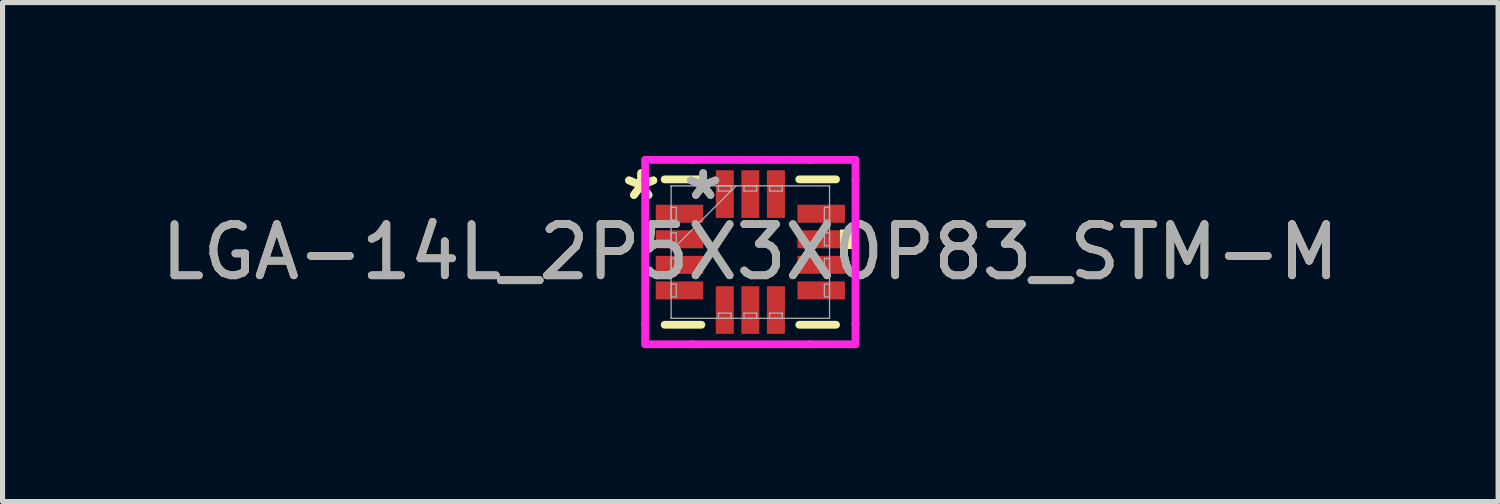
<source format=kicad_pcb>
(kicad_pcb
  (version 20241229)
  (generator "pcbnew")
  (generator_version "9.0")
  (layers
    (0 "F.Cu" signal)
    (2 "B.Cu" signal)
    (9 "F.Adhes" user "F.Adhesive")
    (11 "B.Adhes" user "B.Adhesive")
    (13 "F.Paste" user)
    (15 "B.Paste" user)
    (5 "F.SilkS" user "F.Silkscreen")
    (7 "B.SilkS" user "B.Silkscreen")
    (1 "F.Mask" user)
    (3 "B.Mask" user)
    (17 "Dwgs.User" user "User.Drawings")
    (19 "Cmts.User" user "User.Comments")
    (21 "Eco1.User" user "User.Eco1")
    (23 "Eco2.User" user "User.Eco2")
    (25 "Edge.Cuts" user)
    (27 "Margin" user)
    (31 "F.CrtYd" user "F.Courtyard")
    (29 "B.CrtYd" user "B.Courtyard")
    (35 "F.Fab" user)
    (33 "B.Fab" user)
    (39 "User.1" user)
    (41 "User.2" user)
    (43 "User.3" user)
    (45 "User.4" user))
  (footprint "LGA-14L_2P5X3X0P83_STM-M"
    (layer "F.Cu")
    (at 11.625 1.88)
    (property "Reference" "LGA-14L_2P5X3X0P83_STM-M" (at 0 0 0) (unlocked yes) (layer "F.SilkS") (effects (font (size 1 1) (thickness 0.15))))
    (attr smd)
    (fp_line (start -1.676 1.422) (end -0.957 1.422) (stroke (width 0.152) (type solid)) (layer "F.SilkS"))
    (fp_line (start -0.957 -1.422) (end -1.676 -1.422) (stroke (width 0.152) (type solid)) (layer "F.SilkS"))
    (fp_line (start 0.957 1.422) (end 1.676 1.422) (stroke (width 0.152) (type solid)) (layer "F.SilkS"))
    (fp_line (start 1.676 -1.422) (end 0.957 -1.422) (stroke (width 0.152) (type solid)) (layer "F.SilkS"))
    (fp_poly (pts (xy 2.007 -0.441) (xy 2.007 -0.059) (xy 1.753 -0.059) (xy 1.753 -0.441)) (stroke (width 0) (type solid)) (fill yes) (layer "F.SilkS"))
    (fp_line (start -2.057 -1.803) (end -1.158 -1.803) (stroke (width 0.152) (type solid)) (layer "F.CrtYd"))
    (fp_line (start -2.057 -1.408) (end -2.057 -1.803) (stroke (width 0.152) (type solid)) (layer "F.CrtYd"))
    (fp_line (start -2.057 -1.408) (end -2.057 -1.408) (stroke (width 0.152) (type solid)) (layer "F.CrtYd"))
    (fp_line (start -2.057 1.408) (end -2.057 -1.408) (stroke (width 0.152) (type solid)) (layer "F.CrtYd"))
    (fp_line (start -2.057 1.408) (end -2.057 1.408) (stroke (width 0.152) (type solid)) (layer "F.CrtYd"))
    (fp_line (start -2.057 1.803) (end -2.057 1.408) (stroke (width 0.152) (type solid)) (layer "F.CrtYd"))
    (fp_line (start -1.158 -1.803) (end -1.158 -1.803) (stroke (width 0.152) (type solid)) (layer "F.CrtYd"))
    (fp_line (start -1.158 -1.803) (end 1.158 -1.803) (stroke (width 0.152) (type solid)) (layer "F.CrtYd"))
    (fp_line (start -1.158 1.803) (end -2.057 1.803) (stroke (width 0.152) (type solid)) (layer "F.CrtYd"))
    (fp_line (start -1.158 1.803) (end -1.158 1.803) (stroke (width 0.152) (type solid)) (layer "F.CrtYd"))
    (fp_line (start 1.158 -1.803) (end 1.158 -1.803) (stroke (width 0.152) (type solid)) (layer "F.CrtYd"))
    (fp_line (start 1.158 -1.803) (end 2.057 -1.803) (stroke (width 0.152) (type solid)) (layer "F.CrtYd"))
    (fp_line (start 1.158 1.803) (end -1.158 1.803) (stroke (width 0.152) (type solid)) (layer "F.CrtYd"))
    (fp_line (start 1.158 1.803) (end 1.158 1.803) (stroke (width 0.152) (type solid)) (layer "F.CrtYd"))
    (fp_line (start 2.057 -1.803) (end 2.057 -1.408) (stroke (width 0.152) (type solid)) (layer "F.CrtYd"))
    (fp_line (start 2.057 -1.408) (end 2.057 -1.408) (stroke (width 0.152) (type solid)) (layer "F.CrtYd"))
    (fp_line (start 2.057 -1.408) (end 2.057 1.408) (stroke (width 0.152) (type solid)) (layer "F.CrtYd"))
    (fp_line (start 2.057 1.408) (end 2.057 1.408) (stroke (width 0.152) (type solid)) (layer "F.CrtYd"))
    (fp_line (start 2.057 1.408) (end 2.057 1.803) (stroke (width 0.152) (type solid)) (layer "F.CrtYd"))
    (fp_line (start 2.057 1.803) (end 1.158 1.803) (stroke (width 0.152) (type solid)) (layer "F.CrtYd"))
    (fp_line (start -1.549 -1.295) (end -1.549 -1.295) (stroke (width 0.025) (type solid)) (layer "F.Fab"))
    (fp_line (start -1.549 -1.295) (end -1.549 1.295) (stroke (width 0.025) (type solid)) (layer "F.Fab"))
    (fp_line (start -1.549 -0.875) (end -1.448 -0.875) (stroke (width 0.025) (type solid)) (layer "F.Fab"))
    (fp_line (start -1.549 -0.625) (end -1.549 -0.875) (stroke (width 0.025) (type solid)) (layer "F.Fab"))
    (fp_line (start -1.549 -0.375) (end -1.448 -0.375) (stroke (width 0.025) (type solid)) (layer "F.Fab"))
    (fp_line (start -1.549 -0.125) (end -1.549 -0.375) (stroke (width 0.025) (type solid)) (layer "F.Fab"))
    (fp_line (start -1.549 -0.025) (end -0.279 -1.295) (stroke (width 0.025) (type solid)) (layer "F.Fab"))
    (fp_line (start -1.549 0.125) (end -1.448 0.125) (stroke (width 0.025) (type solid)) (layer "F.Fab"))
    (fp_line (start -1.549 0.375) (end -1.549 0.125) (stroke (width 0.025) (type solid)) (layer "F.Fab"))
    (fp_line (start -1.549 0.625) (end -1.448 0.625) (stroke (width 0.025) (type solid)) (layer "F.Fab"))
    (fp_line (start -1.549 0.875) (end -1.549 0.625) (stroke (width 0.025) (type solid)) (layer "F.Fab"))
    (fp_line (start -1.549 1.295) (end -1.549 1.295) (stroke (width 0.025) (type solid)) (layer "F.Fab"))
    (fp_line (start -1.549 1.295) (end 1.549 1.295) (stroke (width 0.025) (type solid)) (layer "F.Fab"))
    (fp_line (start -1.448 -0.875) (end -1.448 -0.625) (stroke (width 0.025) (type solid)) (layer "F.Fab"))
    (fp_line (start -1.448 -0.625) (end -1.549 -0.625) (stroke (width 0.025) (type solid)) (layer "F.Fab"))
    (fp_line (start -1.448 -0.375) (end -1.448 -0.125) (stroke (width 0.025) (type solid)) (layer "F.Fab"))
    (fp_line (start -1.448 -0.125) (end -1.549 -0.125) (stroke (width 0.025) (type solid)) (layer "F.Fab"))
    (fp_line (start -1.448 0.125) (end -1.448 0.375) (stroke (width 0.025) (type solid)) (layer "F.Fab"))
    (fp_line (start -1.448 0.375) (end -1.549 0.375) (stroke (width 0.025) (type solid)) (layer "F.Fab"))
    (fp_line (start -1.448 0.625) (end -1.448 0.875) (stroke (width 0.025) (type solid)) (layer "F.Fab"))
    (fp_line (start -1.448 0.875) (end -1.549 0.875) (stroke (width 0.025) (type solid)) (layer "F.Fab"))
    (fp_line (start -0.625 -1.295) (end -0.375 -1.295) (stroke (width 0.025) (type solid)) (layer "F.Fab"))
    (fp_line (start -0.625 -1.194) (end -0.625 -1.295) (stroke (width 0.025) (type solid)) (layer "F.Fab"))
    (fp_line (start -0.625 1.194) (end -0.375 1.194) (stroke (width 0.025) (type solid)) (layer "F.Fab"))
    (fp_line (start -0.625 1.295) (end -0.625 1.194) (stroke (width 0.025) (type solid)) (layer "F.Fab"))
    (fp_line (start -0.375 -1.295) (end -0.375 -1.194) (stroke (width 0.025) (type solid)) (layer "F.Fab"))
    (fp_line (start -0.375 -1.194) (end -0.625 -1.194) (stroke (width 0.025) (type solid)) (layer "F.Fab"))
    (fp_line (start -0.375 1.194) (end -0.375 1.295) (stroke (width 0.025) (type solid)) (layer "F.Fab"))
    (fp_line (start -0.375 1.295) (end -0.625 1.295) (stroke (width 0.025) (type solid)) (layer "F.Fab"))
    (fp_line (start -0.125 -1.295) (end 0.125 -1.295) (stroke (width 0.025) (type solid)) (layer "F.Fab"))
    (fp_line (start -0.125 -1.194) (end -0.125 -1.295) (stroke (width 0.025) (type solid)) (layer "F.Fab"))
    (fp_line (start -0.125 1.194) (end 0.125 1.194) (stroke (width 0.025) (type solid)) (layer "F.Fab"))
    (fp_line (start -0.125 1.295) (end -0.125 1.194) (stroke (width 0.025) (type solid)) (layer "F.Fab"))
    (fp_line (start 0.125 -1.295) (end 0.125 -1.194) (stroke (width 0.025) (type solid)) (layer "F.Fab"))
    (fp_line (start 0.125 -1.194) (end -0.125 -1.194) (stroke (width 0.025) (type solid)) (layer "F.Fab"))
    (fp_line (start 0.125 1.194) (end 0.125 1.295) (stroke (width 0.025) (type solid)) (layer "F.Fab"))
    (fp_line (start 0.125 1.295) (end -0.125 1.295) (stroke (width 0.025) (type solid)) (layer "F.Fab"))
    (fp_line (start 0.375 -1.295) (end 0.625 -1.295) (stroke (width 0.025) (type solid)) (layer "F.Fab"))
    (fp_line (start 0.375 -1.194) (end 0.375 -1.295) (stroke (width 0.025) (type solid)) (layer "F.Fab"))
    (fp_line (start 0.375 1.194) (end 0.625 1.194) (stroke (width 0.025) (type solid)) (layer "F.Fab"))
    (fp_line (start 0.375 1.295) (end 0.375 1.194) (stroke (width 0.025) (type solid)) (layer "F.Fab"))
    (fp_line (start 0.625 -1.295) (end 0.625 -1.194) (stroke (width 0.025) (type solid)) (layer "F.Fab"))
    (fp_line (start 0.625 -1.194) (end 0.375 -1.194) (stroke (width 0.025) (type solid)) (layer "F.Fab"))
    (fp_line (start 0.625 1.194) (end 0.625 1.295) (stroke (width 0.025) (type solid)) (layer "F.Fab"))
    (fp_line (start 0.625 1.295) (end 0.375 1.295) (stroke (width 0.025) (type solid)) (layer "F.Fab"))
    (fp_line (start 1.448 -0.875) (end 1.549 -0.875) (stroke (width 0.025) (type solid)) (layer "F.Fab"))
    (fp_line (start 1.448 -0.625) (end 1.448 -0.875) (stroke (width 0.025) (type solid)) (layer "F.Fab"))
    (fp_line (start 1.448 -0.375) (end 1.549 -0.375) (stroke (width 0.025) (type solid)) (layer "F.Fab"))
    (fp_line (start 1.448 -0.125) (end 1.448 -0.375) (stroke (width 0.025) (type solid)) (layer "F.Fab"))
    (fp_line (start 1.448 0.125) (end 1.549 0.125) (stroke (width 0.025) (type solid)) (layer "F.Fab"))
    (fp_line (start 1.448 0.375) (end 1.448 0.125) (stroke (width 0.025) (type solid)) (layer "F.Fab"))
    (fp_line (start 1.448 0.625) (end 1.549 0.625) (stroke (width 0.025) (type solid)) (layer "F.Fab"))
    (fp_line (start 1.448 0.875) (end 1.448 0.625) (stroke (width 0.025) (type solid)) (layer "F.Fab"))
    (fp_line (start 1.549 -1.295) (end -1.549 -1.295) (stroke (width 0.025) (type solid)) (layer "F.Fab"))
    (fp_line (start 1.549 -1.295) (end 1.549 -1.295) (stroke (width 0.025) (type solid)) (layer "F.Fab"))
    (fp_line (start 1.549 -0.875) (end 1.549 -0.625) (stroke (width 0.025) (type solid)) (layer "F.Fab"))
    (fp_line (start 1.549 -0.625) (end 1.448 -0.625) (stroke (width 0.025) (type solid)) (layer "F.Fab"))
    (fp_line (start 1.549 -0.375) (end 1.549 -0.125) (stroke (width 0.025) (type solid)) (layer "F.Fab"))
    (fp_line (start 1.549 -0.125) (end 1.448 -0.125) (stroke (width 0.025) (type solid)) (layer "F.Fab"))
    (fp_line (start 1.549 0.125) (end 1.549 0.375) (stroke (width 0.025) (type solid)) (layer "F.Fab"))
    (fp_line (start 1.549 0.375) (end 1.448 0.375) (stroke (width 0.025) (type solid)) (layer "F.Fab"))
    (fp_line (start 1.549 0.625) (end 1.549 0.875) (stroke (width 0.025) (type solid)) (layer "F.Fab"))
    (fp_line (start 1.549 0.875) (end 1.448 0.875) (stroke (width 0.025) (type solid)) (layer "F.Fab"))
    (fp_line (start 1.549 1.295) (end 1.549 -1.295) (stroke (width 0.025) (type solid)) (layer "F.Fab"))
    (fp_line (start 1.549 1.295) (end 1.549 1.295) (stroke (width 0.025) (type solid)) (layer "F.Fab"))
    (fp_text user "*" (at -2.134 -1 0) (unlocked yes) (layer "F.SilkS") (effects (font (size 1 1) (thickness 0.15))))
    (fp_text user "*" (at -2.134 -1 0) (layer "F.SilkS") (effects (font (size 1 1) (thickness 0.15))))
    (fp_text user "${REFERENCE}" (at 0 0 0) (unlocked yes) (layer "F.Fab") (effects (font (size 1 1) (thickness 0.15))))
    (fp_text user "*" (at -0.922 -1 0) (layer "F.Fab") (effects (font (size 1 1) (thickness 0.15))))
    (fp_text user "*" (at -0.922 -1 0) (unlocked yes) (layer "F.Fab") (effects (font (size 1 1) (thickness 0.15))))
    (pad "1" smd rect (at -1.386 -0.75 90) (size 0.352 0.928) (layers "F.Cu" "F.Mask" "F.Paste"))
    (pad "2" smd rect (at -1.386 -0.25 90) (size 0.352 0.928) (layers "F.Cu" "F.Mask" "F.Paste"))
    (pad "3" smd rect (at -1.386 0.25 90) (size 0.352 0.928) (layers "F.Cu" "F.Mask" "F.Paste"))
    (pad "4" smd rect (at -1.386 0.75 90) (size 0.352 0.928) (layers "F.Cu" "F.Mask" "F.Paste"))
    (pad "5" smd rect (at -0.5 1.134) (size 0.352 0.932) (layers "F.Cu" "F.Mask" "F.Paste"))
    (pad "6" smd rect (at 0 1.134) (size 0.352 0.932) (layers "F.Cu" "F.Mask" "F.Paste"))
    (pad "7" smd rect (at 0.5 1.134) (size 0.352 0.932) (layers "F.Cu" "F.Mask" "F.Paste"))
    (pad "8" smd rect (at 1.386 0.75 90) (size 0.352 0.928) (layers "F.Cu" "F.Mask" "F.Paste"))
    (pad "9" smd rect (at 1.386 0.25 90) (size 0.352 0.928) (layers "F.Cu" "F.Mask" "F.Paste"))
    (pad "10" smd rect (at 1.386 -0.25 90) (size 0.352 0.928) (layers "F.Cu" "F.Mask" "F.Paste"))
    (pad "11" smd rect (at 1.386 -0.75 90) (size 0.352 0.928) (layers "F.Cu" "F.Mask" "F.Paste"))
    (pad "12" smd rect (at 0.5 -1.134) (size 0.352 0.932) (layers "F.Cu" "F.Mask" "F.Paste"))
    (pad "13" smd rect (at 0 -1.134) (size 0.352 0.932) (layers "F.Cu" "F.Mask" "F.Paste"))
    (pad "14" smd rect (at -0.5 -1.134) (size 0.352 0.932) (layers "F.Cu" "F.Mask" "F.Paste")))
  (gr_rect
    (start -3 -3)
    (end 26.25 6.759)
    (stroke (width 0.1) (type default))
    (fill no)
    (layer "Edge.Cuts")))
</source>
